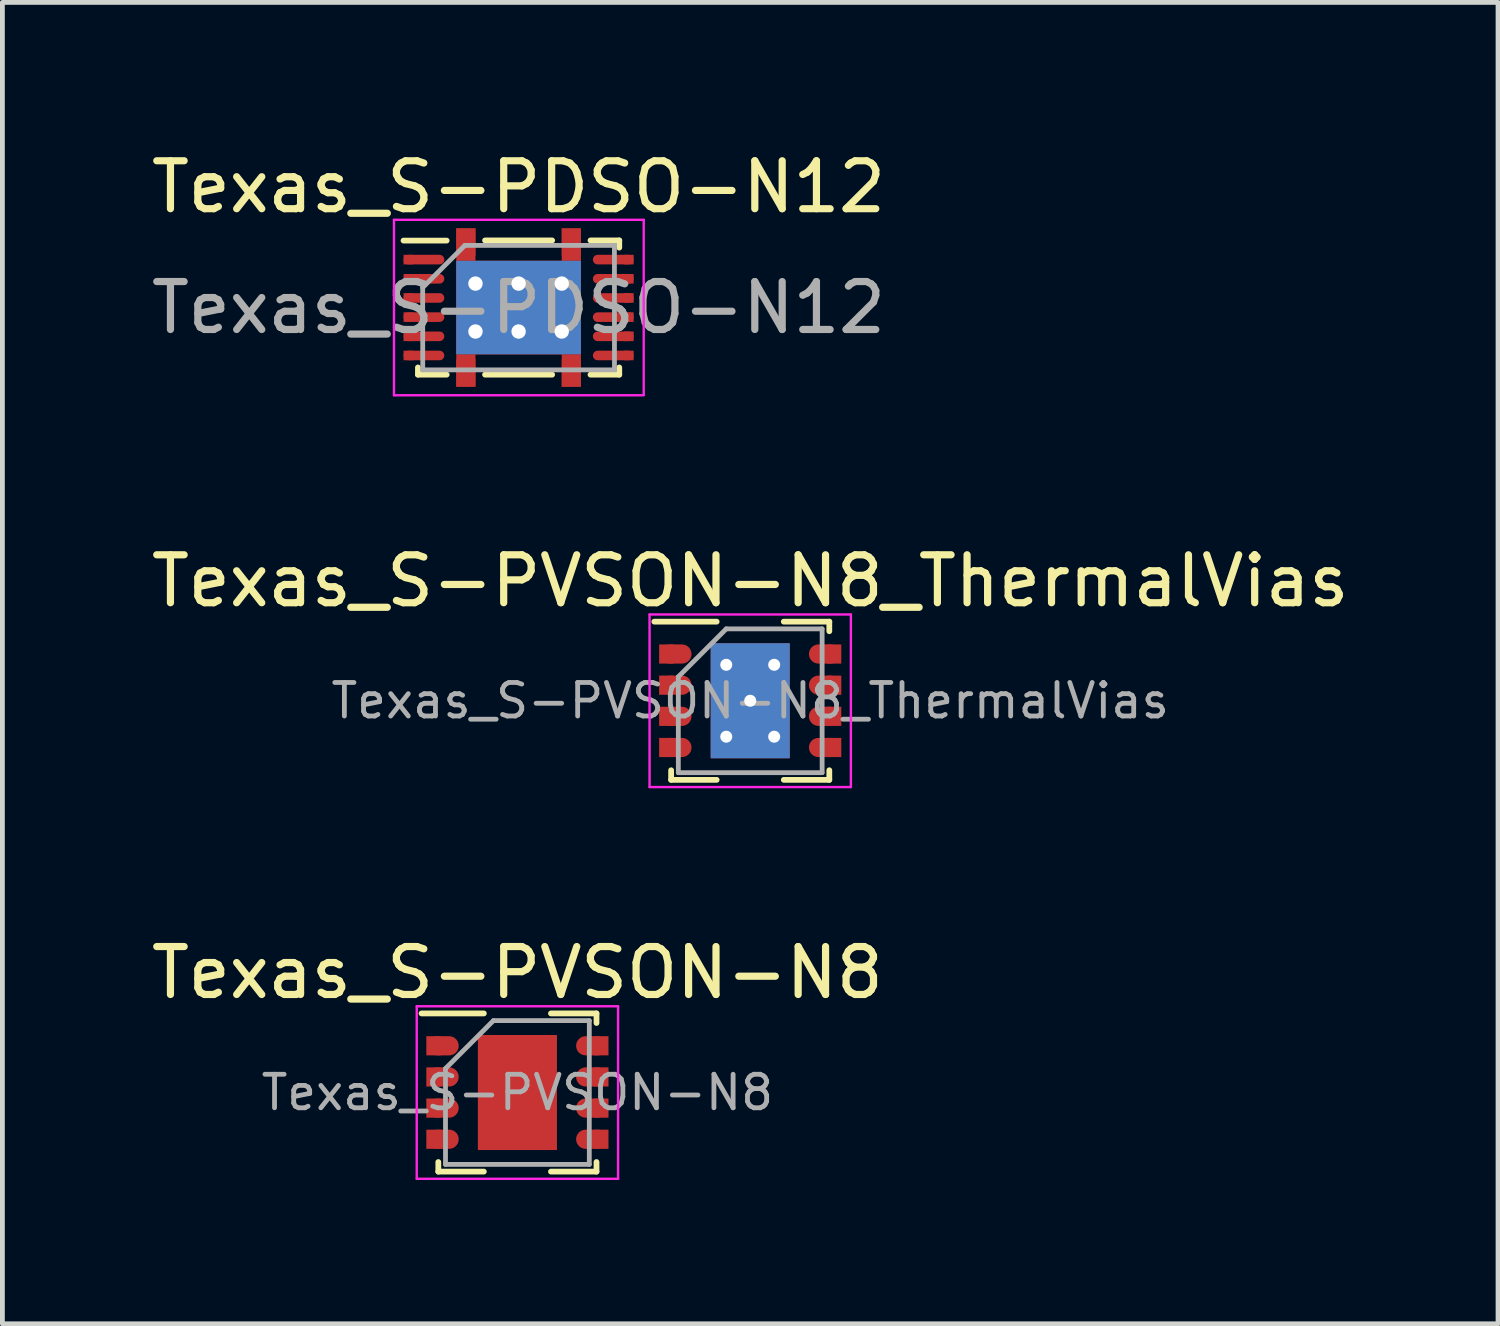
<source format=kicad_pcb>
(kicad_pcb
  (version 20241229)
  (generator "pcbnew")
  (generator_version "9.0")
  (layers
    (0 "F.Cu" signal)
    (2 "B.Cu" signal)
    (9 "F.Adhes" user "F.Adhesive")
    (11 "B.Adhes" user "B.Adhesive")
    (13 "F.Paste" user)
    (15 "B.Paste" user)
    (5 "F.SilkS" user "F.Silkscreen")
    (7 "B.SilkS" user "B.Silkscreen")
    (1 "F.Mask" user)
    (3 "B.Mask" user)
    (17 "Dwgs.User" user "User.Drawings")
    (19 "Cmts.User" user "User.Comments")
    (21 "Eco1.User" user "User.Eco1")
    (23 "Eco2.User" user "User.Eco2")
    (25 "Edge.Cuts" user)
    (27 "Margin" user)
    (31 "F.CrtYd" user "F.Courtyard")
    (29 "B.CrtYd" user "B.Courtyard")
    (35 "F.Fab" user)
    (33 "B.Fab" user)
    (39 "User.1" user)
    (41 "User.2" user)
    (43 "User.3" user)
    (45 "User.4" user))
  (footprint "Texas_S-PDSO-N12"
    (layer "F.Cu")
    (at 7.769 3.366)
    (property "Reference" "Texas_S-PDSO-N12" (at -0.001 -2.517 0) (layer "F.SilkS") (effects (font (size 1 1) (thickness 0.15))))
    (attr smd)
    (fp_line (start -2.1 1.4) (end -2.1 1.25) (stroke (width 0.12) (type solid)) (layer "F.SilkS"))
    (fp_line (start -1.501 -1.397) (end -2.401 -1.397) (stroke (width 0.12) (type solid)) (layer "F.SilkS"))
    (fp_line (start -1.5 1.4) (end -2.1 1.4) (stroke (width 0.12) (type solid)) (layer "F.SilkS"))
    (fp_line (start 0.7 -1.4) (end -0.7 -1.4) (stroke (width 0.12) (type solid)) (layer "F.SilkS"))
    (fp_line (start 0.7 1.4) (end -0.7 1.4) (stroke (width 0.12) (type solid)) (layer "F.SilkS"))
    (fp_line (start 1.5 -1.4) (end 2.1 -1.4) (stroke (width 0.12) (type solid)) (layer "F.SilkS"))
    (fp_line (start 2.1 -1.4) (end 2.1 -1.25) (stroke (width 0.12) (type solid)) (layer "F.SilkS"))
    (fp_line (start 2.1 1.4) (end 1.5 1.4) (stroke (width 0.12) (type solid)) (layer "F.SilkS"))
    (fp_line (start 2.1 1.4) (end 2.1 1.25) (stroke (width 0.12) (type solid)) (layer "F.SilkS"))
    (fp_line (start -2.6 -1.83) (end 2.61 -1.83) (stroke (width 0.05) (type solid)) (layer "F.CrtYd"))
    (fp_line (start -2.6 1.83) (end -2.6 -1.83) (stroke (width 0.05) (type solid)) (layer "F.CrtYd"))
    (fp_line (start -2.6 1.83) (end 2.61 1.83) (stroke (width 0.05) (type solid)) (layer "F.CrtYd"))
    (fp_line (start 2.61 1.82) (end 2.61 -1.83) (stroke (width 0.05) (type solid)) (layer "F.CrtYd"))
    (fp_line (start -2.001 -0.417) (end -2 1.3) (stroke (width 0.1) (type solid)) (layer "F.Fab"))
    (fp_line (start -2.001 -0.417) (end -1.121 -1.297) (stroke (width 0.1) (type solid)) (layer "F.Fab"))
    (fp_line (start -2 1.3) (end 2 1.3) (stroke (width 0.1) (type solid)) (layer "F.Fab"))
    (fp_line (start -1.121 -1.297) (end 1.999 -1.297) (stroke (width 0.1) (type solid)) (layer "F.Fab"))
    (fp_line (start 2 1.3) (end 1.999 -1.297) (stroke (width 0.1) (type solid)) (layer "F.Fab"))
    (fp_text user "${REFERENCE}" (at -0.001 0.003 0) (layer "F.Fab") (effects (font (size 1 1) (thickness 0.15))))
    (pad "1" smd rect (at -2.3 -1) (size 0.2 0.2) (layers "F.Cu" "F.Mask" "F.Paste"))
    (pad "1" smd oval (at -1.975 -1) (size 0.85 0.2) (layers "F.Cu" "F.Mask" "F.Paste"))
    (pad "2" smd rect (at -2.3 -0.6) (size 0.2 0.2) (layers "F.Cu" "F.Mask" "F.Paste"))
    (pad "2" smd oval (at -1.975 -0.6) (size 0.85 0.2) (layers "F.Cu" "F.Mask" "F.Paste"))
    (pad "3" smd rect (at -2.3 -0.2) (size 0.2 0.2) (layers "F.Cu" "F.Mask" "F.Paste"))
    (pad "3" smd oval (at -1.975 -0.2) (size 0.85 0.2) (layers "F.Cu" "F.Mask" "F.Paste"))
    (pad "4" smd rect (at -2.3 0.2) (size 0.2 0.2) (layers "F.Cu" "F.Mask" "F.Paste"))
    (pad "4" smd oval (at -1.975 0.2) (size 0.85 0.2) (layers "F.Cu" "F.Mask" "F.Paste"))
    (pad "5" smd rect (at -2.3 0.6) (size 0.2 0.2) (layers "F.Cu" "F.Mask" "F.Paste"))
    (pad "5" smd oval (at -1.975 0.6) (size 0.85 0.2) (layers "F.Cu" "F.Mask" "F.Paste"))
    (pad "6" smd rect (at -2.3 1) (size 0.2 0.2) (layers "F.Cu" "F.Mask" "F.Paste"))
    (pad "6" smd oval (at -1.975 1) (size 0.85 0.2) (layers "F.Cu" "F.Mask" "F.Paste"))
    (pad "7" smd oval (at 1.975 1) (size 0.85 0.2) (layers "F.Cu" "F.Mask" "F.Paste"))
    (pad "7" smd rect (at 2.3 1) (size 0.2 0.2) (layers "F.Cu" "F.Mask" "F.Paste"))
    (pad "8" smd oval (at 1.975 0.6) (size 0.85 0.2) (layers "F.Cu" "F.Mask" "F.Paste"))
    (pad "8" smd rect (at 2.3 0.6) (size 0.2 0.2) (layers "F.Cu" "F.Mask" "F.Paste"))
    (pad "9" smd oval (at 1.975 0.2) (size 0.85 0.2) (layers "F.Cu" "F.Mask" "F.Paste"))
    (pad "9" smd rect (at 2.3 0.2) (size 0.2 0.2) (layers "F.Cu" "F.Mask" "F.Paste"))
    (pad "10" smd oval (at 1.975 -0.2) (size 0.85 0.2) (layers "F.Cu" "F.Mask" "F.Paste"))
    (pad "10" smd rect (at 2.3 -0.2) (size 0.2 0.2) (layers "F.Cu" "F.Mask" "F.Paste"))
    (pad "11" smd oval (at 1.975 -0.6) (size 0.85 0.2) (layers "F.Cu" "F.Mask" "F.Paste"))
    (pad "11" smd rect (at 2.3 -0.6) (size 0.2 0.2) (layers "F.Cu" "F.Mask" "F.Paste"))
    (pad "12" smd oval (at 1.975 -1) (size 0.85 0.2) (layers "F.Cu" "F.Mask" "F.Paste"))
    (pad "12" smd rect (at 2.3 -1) (size 0.2 0.2) (layers "F.Cu" "F.Mask" "F.Paste"))
    (pad "13" smd rect (at -1.1 -1.365 270) (size 0.575 0.4) (layers "F.Cu" "F.Mask" "F.Paste"))
    (pad "13" smd rect (at -1.1 -1.312 270) (size 0.675 0.4) (layers "F.Cu" "F.Mask"))
    (pad "13" smd rect (at -1.1 1.312 270) (size 0.675 0.4) (layers "F.Cu" "F.Mask"))
    (pad "13" smd rect (at -1.1 1.365 270) (size 0.575 0.4) (layers "F.Cu" "F.Mask" "F.Paste"))
    (pad "13" thru_hole circle (at -0.9 -0.5) (size 0.6 0.6) (drill 0.3) (layers "*.Cu"))
    (pad "13" thru_hole circle (at -0.9 0.5) (size 0.6 0.6) (drill 0.3) (layers "*.Cu"))
    (pad "13" smd rect (at -0.65 -0.487 90) (size 0.975 1.3) (layers "F.Cu" "F.Paste"))
    (pad "13" smd rect (at -0.65 0.487 90) (size 0.975 1.3) (layers "F.Cu" "F.Paste"))
    (pad "13" thru_hole circle (at 0 -0.5) (size 0.6 0.6) (drill 0.3) (layers "*.Cu"))
    (pad "13" smd rect (at 0 0 270) (size 1.95 2.6) (layers "F.Cu" "F.Mask"))
    (pad "13" smd rect (at 0 0 270) (size 1.95 2.6) (layers "F.Mask" "B.Cu"))
    (pad "13" thru_hole circle (at 0 0.5) (size 0.6 0.6) (drill 0.3) (layers "*.Cu"))
    (pad "13" smd rect (at 0.65 -0.487 90) (size 0.975 1.3) (layers "F.Cu" "F.Paste"))
    (pad "13" smd rect (at 0.65 0.487 90) (size 0.975 1.3) (layers "F.Cu" "F.Paste"))
    (pad "13" thru_hole circle (at 0.9 -0.5) (size 0.6 0.6) (drill 0.3) (layers "*.Cu"))
    (pad "13" thru_hole circle (at 0.9 0.5) (size 0.6 0.6) (drill 0.3) (layers "*.Cu"))
    (pad "13" smd rect (at 1.1 -1.365 270) (size 0.575 0.4) (layers "F.Cu" "F.Mask" "F.Paste"))
    (pad "13" smd rect (at 1.1 -1.312 270) (size 0.675 0.4) (layers "F.Cu" "F.Mask"))
    (pad "13" smd rect (at 1.1 1.312 270) (size 0.675 0.4) (layers "F.Cu" "F.Mask"))
    (pad "13" smd rect (at 1.1 1.365 270) (size 0.575 0.4) (layers "F.Cu" "F.Mask" "F.Paste")))
  (footprint "Texas_S-PVSON-N8_ThermalVias"
    (layer "F.Cu")
    (at 12.601 11.569)
    (property "Reference" "Texas_S-PVSON-N8_ThermalVias" (at 0 -2.5 0) (layer "F.SilkS") (effects (font (size 1 1) (thickness 0.15))))
    (attr smd)
    (fp_line (start -2 -1.65) (end -0.7 -1.65) (stroke (width 0.12) (type solid)) (layer "F.SilkS"))
    (fp_line (start -1.65 1.65) (end -1.65 1.45) (stroke (width 0.12) (type solid)) (layer "F.SilkS"))
    (fp_line (start -1.65 1.65) (end -0.7 1.65) (stroke (width 0.12) (type solid)) (layer "F.SilkS"))
    (fp_line (start 0.7 -1.65) (end 1.65 -1.65) (stroke (width 0.12) (type solid)) (layer "F.SilkS"))
    (fp_line (start 0.7 1.65) (end 1.65 1.65) (stroke (width 0.12) (type solid)) (layer "F.SilkS"))
    (fp_line (start 1.65 -1.45) (end 1.65 -1.65) (stroke (width 0.12) (type solid)) (layer "F.SilkS"))
    (fp_line (start 1.65 1.45) (end 1.65 1.65) (stroke (width 0.12) (type solid)) (layer "F.SilkS"))
    (fp_line (start -2.1 -1.8) (end -2.1 1.8) (stroke (width 0.05) (type solid)) (layer "F.CrtYd"))
    (fp_line (start -2.1 -1.8) (end 2.1 -1.8) (stroke (width 0.05) (type solid)) (layer "F.CrtYd"))
    (fp_line (start -2.1 1.8) (end 2.1 1.8) (stroke (width 0.05) (type solid)) (layer "F.CrtYd"))
    (fp_line (start 2.1 -1.8) (end 2.1 1.8) (stroke (width 0.05) (type solid)) (layer "F.CrtYd"))
    (fp_line (start -1.5 1.5) (end -1.5 -0.5) (stroke (width 0.1) (type solid)) (layer "F.Fab"))
    (fp_line (start -0.5 -1.5) (end -1.5 -0.5) (stroke (width 0.1) (type solid)) (layer "F.Fab"))
    (fp_line (start -0.5 -1.5) (end 1.5 -1.5) (stroke (width 0.1) (type solid)) (layer "F.Fab"))
    (fp_line (start 1.5 -1.5) (end 1.5 1.5) (stroke (width 0.1) (type solid)) (layer "F.Fab"))
    (fp_line (start 1.5 1.5) (end -1.5 1.5) (stroke (width 0.1) (type solid)) (layer "F.Fab"))
    (fp_text user "${REFERENCE}" (at 0 0 0) (layer "F.Fab") (effects (font (size 0.7 0.7) (thickness 0.1))))
    (pad "1" smd rect (at -1.75 -0.975) (size 0.3 0.4) (layers "F.Cu" "F.Mask" "F.Paste"))
    (pad "1" smd oval (at -1.55 -0.975) (size 0.65 0.4) (layers "F.Cu" "F.Mask" "F.Paste"))
    (pad "2" smd rect (at -1.75 -0.325) (size 0.3 0.4) (layers "F.Cu" "F.Mask" "F.Paste"))
    (pad "2" smd oval (at -1.55 -0.325) (size 0.65 0.4) (layers "F.Cu" "F.Mask" "F.Paste"))
    (pad "3" smd rect (at -1.75 0.325) (size 0.3 0.4) (layers "F.Cu" "F.Mask" "F.Paste"))
    (pad "3" smd oval (at -1.55 0.325) (size 0.65 0.4) (layers "F.Cu" "F.Mask" "F.Paste"))
    (pad "4" smd rect (at -1.75 0.975) (size 0.3 0.4) (layers "F.Cu" "F.Mask" "F.Paste"))
    (pad "4" smd oval (at -1.55 0.975) (size 0.65 0.4) (layers "F.Cu" "F.Mask" "F.Paste"))
    (pad "5" smd oval (at 1.55 0.975) (size 0.65 0.4) (layers "F.Cu" "F.Mask" "F.Paste"))
    (pad "5" smd rect (at 1.75 0.975) (size 0.3 0.4) (layers "F.Cu" "F.Mask" "F.Paste"))
    (pad "6" smd oval (at 1.55 0.325) (size 0.65 0.4) (layers "F.Cu" "F.Mask" "F.Paste"))
    (pad "6" smd rect (at 1.75 0.325) (size 0.3 0.4) (layers "F.Cu" "F.Mask" "F.Paste"))
    (pad "7" smd oval (at 1.55 -0.325) (size 0.65 0.4) (layers "F.Cu" "F.Mask" "F.Paste"))
    (pad "7" smd rect (at 1.75 -0.325) (size 0.3 0.4) (layers "F.Cu" "F.Mask" "F.Paste"))
    (pad "8" smd oval (at 1.55 -0.975) (size 0.65 0.4) (layers "F.Cu" "F.Mask" "F.Paste"))
    (pad "8" smd rect (at 1.75 -0.975) (size 0.3 0.4) (layers "F.Cu" "F.Mask" "F.Paste"))
    (pad "9" thru_hole circle (at -0.5 -0.75) (size 0.6 0.6) (drill 0.25) (layers "*.Cu"))
    (pad "9" thru_hole circle (at -0.5 0.75) (size 0.6 0.6) (drill 0.25) (layers "*.Cu"))
    (pad "9" smd rect (at -0.45 -0.625) (size 0.65 1) (layers "F.Cu" "F.Mask" "F.Paste"))
    (pad "9" smd rect (at -0.45 0.625) (size 0.65 1) (layers "F.Cu" "F.Mask" "F.Paste"))
    (pad "9" thru_hole circle (at 0 0) (size 0.6 0.6) (drill 0.25) (layers "*.Cu"))
    (pad "9" smd rect (at 0 0) (size 1.65 2.4) (layers "F.Cu" "F.Mask"))
    (pad "9" smd rect (at 0 0) (size 1.65 2.4) (layers "B.Cu"))
    (pad "9" smd rect (at 0.45 -0.625) (size 0.65 1) (layers "F.Cu" "F.Mask" "F.Paste"))
    (pad "9" smd rect (at 0.45 0.625) (size 0.65 1) (layers "F.Cu" "F.Mask" "F.Paste"))
    (pad "9" thru_hole circle (at 0.5 -0.75) (size 0.6 0.6) (drill 0.25) (layers "*.Cu"))
    (pad "9" thru_hole circle (at 0.5 0.75) (size 0.6 0.6) (drill 0.25) (layers "*.Cu")))
  (footprint "Texas_S-PVSON-N8"
    (layer "F.Cu")
    (at 7.744 19.742)
    (property "Reference" "Texas_S-PVSON-N8" (at 0 -2.5 0) (layer "F.SilkS") (effects (font (size 1 1) (thickness 0.15))))
    (attr smd)
    (fp_line (start -2 -1.65) (end -0.7 -1.65) (stroke (width 0.12) (type solid)) (layer "F.SilkS"))
    (fp_line (start -1.65 1.65) (end -1.65 1.45) (stroke (width 0.12) (type solid)) (layer "F.SilkS"))
    (fp_line (start -1.65 1.65) (end -0.7 1.65) (stroke (width 0.12) (type solid)) (layer "F.SilkS"))
    (fp_line (start 0.7 -1.65) (end 1.65 -1.65) (stroke (width 0.12) (type solid)) (layer "F.SilkS"))
    (fp_line (start 0.7 1.65) (end 1.65 1.65) (stroke (width 0.12) (type solid)) (layer "F.SilkS"))
    (fp_line (start 1.65 -1.45) (end 1.65 -1.65) (stroke (width 0.12) (type solid)) (layer "F.SilkS"))
    (fp_line (start 1.65 1.45) (end 1.65 1.65) (stroke (width 0.12) (type solid)) (layer "F.SilkS"))
    (fp_line (start -2.1 -1.8) (end -2.1 1.8) (stroke (width 0.05) (type solid)) (layer "F.CrtYd"))
    (fp_line (start -2.1 -1.8) (end 2.1 -1.8) (stroke (width 0.05) (type solid)) (layer "F.CrtYd"))
    (fp_line (start -2.1 1.8) (end 2.1 1.8) (stroke (width 0.05) (type solid)) (layer "F.CrtYd"))
    (fp_line (start 2.1 -1.8) (end 2.1 1.8) (stroke (width 0.05) (type solid)) (layer "F.CrtYd"))
    (fp_line (start -1.5 1.5) (end -1.5 -0.5) (stroke (width 0.1) (type solid)) (layer "F.Fab"))
    (fp_line (start -0.5 -1.5) (end -1.5 -0.5) (stroke (width 0.1) (type solid)) (layer "F.Fab"))
    (fp_line (start -0.5 -1.5) (end 1.5 -1.5) (stroke (width 0.1) (type solid)) (layer "F.Fab"))
    (fp_line (start 1.5 -1.5) (end 1.5 1.5) (stroke (width 0.1) (type solid)) (layer "F.Fab"))
    (fp_line (start 1.5 1.5) (end -1.5 1.5) (stroke (width 0.1) (type solid)) (layer "F.Fab"))
    (fp_text user "${REFERENCE}" (at 0 0 0) (layer "F.Fab") (effects (font (size 0.7 0.7) (thickness 0.1))))
    (pad "1" smd rect (at -1.75 -0.975) (size 0.3 0.4) (layers "F.Cu" "F.Mask" "F.Paste"))
    (pad "1" smd oval (at -1.55 -0.975) (size 0.65 0.4) (layers "F.Cu" "F.Mask" "F.Paste"))
    (pad "2" smd rect (at -1.75 -0.325) (size 0.3 0.4) (layers "F.Cu" "F.Mask" "F.Paste"))
    (pad "2" smd oval (at -1.55 -0.325) (size 0.65 0.4) (layers "F.Cu" "F.Mask" "F.Paste"))
    (pad "3" smd rect (at -1.75 0.325) (size 0.3 0.4) (layers "F.Cu" "F.Mask" "F.Paste"))
    (pad "3" smd oval (at -1.55 0.325) (size 0.65 0.4) (layers "F.Cu" "F.Mask" "F.Paste"))
    (pad "4" smd rect (at -1.75 0.975) (size 0.3 0.4) (layers "F.Cu" "F.Mask" "F.Paste"))
    (pad "4" smd oval (at -1.55 0.975) (size 0.65 0.4) (layers "F.Cu" "F.Mask" "F.Paste"))
    (pad "5" smd oval (at 1.55 0.975) (size 0.65 0.4) (layers "F.Cu" "F.Mask" "F.Paste"))
    (pad "5" smd rect (at 1.75 0.975) (size 0.3 0.4) (layers "F.Cu" "F.Mask" "F.Paste"))
    (pad "6" smd oval (at 1.55 0.325) (size 0.65 0.4) (layers "F.Cu" "F.Mask" "F.Paste"))
    (pad "6" smd rect (at 1.75 0.325) (size 0.3 0.4) (layers "F.Cu" "F.Mask" "F.Paste"))
    (pad "7" smd oval (at 1.55 -0.325) (size 0.65 0.4) (layers "F.Cu" "F.Mask" "F.Paste"))
    (pad "7" smd rect (at 1.75 -0.325) (size 0.3 0.4) (layers "F.Cu" "F.Mask" "F.Paste"))
    (pad "8" smd oval (at 1.55 -0.975) (size 0.65 0.4) (layers "F.Cu" "F.Mask" "F.Paste"))
    (pad "8" smd rect (at 1.75 -0.975) (size 0.3 0.4) (layers "F.Cu" "F.Mask" "F.Paste"))
    (pad "9" smd rect (at -0.45 -0.625) (size 0.65 1) (layers "F.Cu" "F.Mask" "F.Paste"))
    (pad "9" smd rect (at -0.45 0.625) (size 0.65 1) (layers "F.Cu" "F.Mask" "F.Paste"))
    (pad "9" smd rect (at 0 0) (size 1.65 2.4) (layers "F.Cu" "F.Mask"))
    (pad "9" smd rect (at 0.45 -0.625) (size 0.65 1) (layers "F.Cu" "F.Mask" "F.Paste"))
    (pad "9" smd rect (at 0.45 0.625) (size 0.65 1) (layers "F.Cu" "F.Mask" "F.Paste")))
  (gr_rect
    (start -3 -3)
    (end 28.202 24.567)
    (stroke (width 0.1) (type default))
    (fill no)
    (layer "Edge.Cuts")))
</source>
